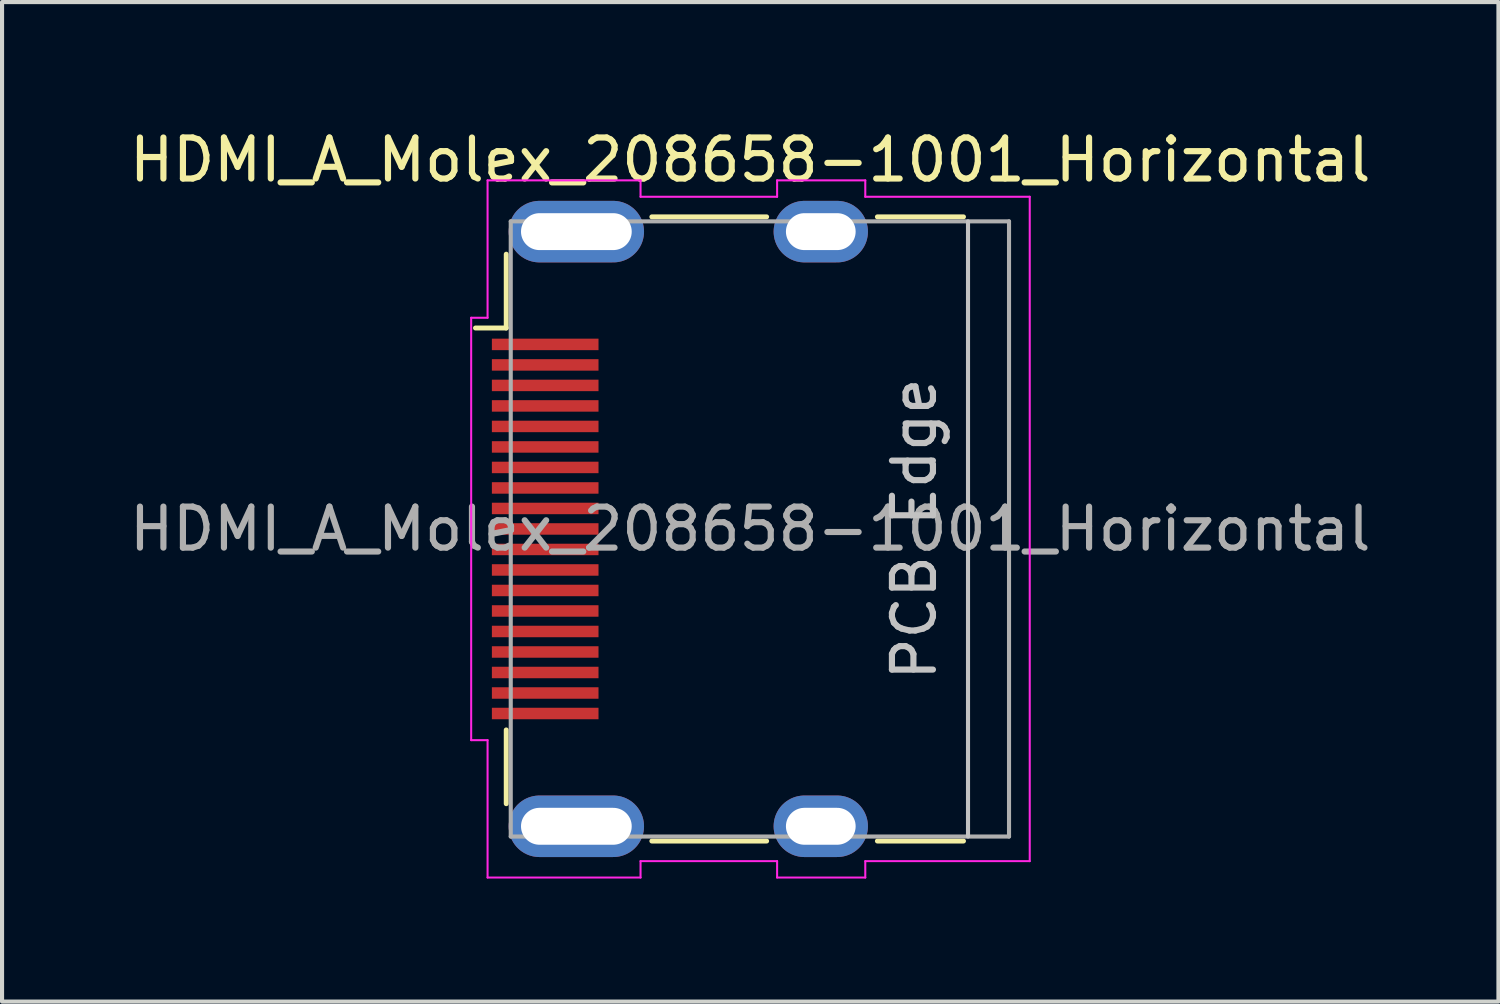
<source format=kicad_pcb>
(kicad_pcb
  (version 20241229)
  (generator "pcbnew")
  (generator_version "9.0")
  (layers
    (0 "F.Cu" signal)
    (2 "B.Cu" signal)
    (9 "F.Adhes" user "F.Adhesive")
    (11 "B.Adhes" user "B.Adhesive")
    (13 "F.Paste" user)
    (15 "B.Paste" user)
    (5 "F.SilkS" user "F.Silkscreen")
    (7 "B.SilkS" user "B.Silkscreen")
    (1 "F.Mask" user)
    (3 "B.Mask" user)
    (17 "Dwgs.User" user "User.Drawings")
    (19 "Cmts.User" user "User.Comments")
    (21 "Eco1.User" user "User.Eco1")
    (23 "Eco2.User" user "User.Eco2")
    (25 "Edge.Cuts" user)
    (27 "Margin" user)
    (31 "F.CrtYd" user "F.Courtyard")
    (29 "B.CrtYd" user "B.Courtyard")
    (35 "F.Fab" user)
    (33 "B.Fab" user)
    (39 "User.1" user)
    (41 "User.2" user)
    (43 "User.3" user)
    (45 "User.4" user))
  (footprint "HDMI_A_Molex_208658-1001_Horizontal"
    (layer "F.Cu")
    (at 13.529 9.848)
    (property "Reference" "HDMI_A_Molex_208658-1001_Horizontal" (at 1.715 -9 0) (layer "F.SilkS") (effects (font (size 1 1) (thickness 0.15))))
    (attr smd)
    (fp_line (start -4.985 -4.9) (end -4.235 -4.9) (stroke (width 0.12) (type solid)) (layer "F.SilkS"))
    (fp_line (start -4.235 -4.9) (end -4.235 -6.7) (stroke (width 0.12) (type solid)) (layer "F.SilkS"))
    (fp_line (start -4.235 6.7) (end -4.235 4.9) (stroke (width 0.12) (type solid)) (layer "F.SilkS"))
    (fp_line (start -0.685 -7.61) (end 2.115 -7.61) (stroke (width 0.12) (type solid)) (layer "F.SilkS"))
    (fp_line (start -0.685 7.61) (end 2.115 7.61) (stroke (width 0.12) (type solid)) (layer "F.SilkS"))
    (fp_line (start 4.815 -7.61) (end 6.915 -7.61) (stroke (width 0.12) (type solid)) (layer "F.SilkS"))
    (fp_line (start 4.815 7.61) (end 6.915 7.61) (stroke (width 0.12) (type solid)) (layer "F.SilkS"))
    (fp_line (start 7.025 -7.5) (end 7.025 7.5) (stroke (width 0.1) (type solid)) (layer "Dwgs.User"))
    (fp_line (start -5.09 5.15) (end -5.09 -5.15) (stroke (width 0.05) (type solid)) (layer "F.CrtYd"))
    (fp_line (start -4.69 -5.15) (end -5.09 -5.15) (stroke (width 0.05) (type solid)) (layer "F.CrtYd"))
    (fp_line (start -4.69 -5.15) (end -4.69 -8.5) (stroke (width 0.05) (type solid)) (layer "F.CrtYd"))
    (fp_line (start -4.69 5.15) (end -5.09 5.15) (stroke (width 0.05) (type solid)) (layer "F.CrtYd"))
    (fp_line (start -4.69 8.5) (end -4.69 5.15) (stroke (width 0.05) (type solid)) (layer "F.CrtYd"))
    (fp_line (start -0.96 -8.5) (end -4.69 -8.5) (stroke (width 0.05) (type solid)) (layer "F.CrtYd"))
    (fp_line (start -0.96 -8.1) (end -0.96 -8.5) (stroke (width 0.05) (type solid)) (layer "F.CrtYd"))
    (fp_line (start -0.96 8.5) (end -4.69 8.5) (stroke (width 0.05) (type solid)) (layer "F.CrtYd"))
    (fp_line (start -0.96 8.5) (end -0.96 8.1) (stroke (width 0.05) (type solid)) (layer "F.CrtYd"))
    (fp_line (start 2.37 -8.1) (end -0.96 -8.1) (stroke (width 0.05) (type solid)) (layer "F.CrtYd"))
    (fp_line (start 2.37 -8.1) (end 2.37 -8.5) (stroke (width 0.05) (type solid)) (layer "F.CrtYd"))
    (fp_line (start 2.37 8.1) (end -0.96 8.1) (stroke (width 0.05) (type solid)) (layer "F.CrtYd"))
    (fp_line (start 2.37 8.5) (end 2.37 8.1) (stroke (width 0.05) (type solid)) (layer "F.CrtYd"))
    (fp_line (start 4.52 -8.5) (end 2.37 -8.5) (stroke (width 0.05) (type solid)) (layer "F.CrtYd"))
    (fp_line (start 4.52 -8.1) (end 4.52 -8.5) (stroke (width 0.05) (type solid)) (layer "F.CrtYd"))
    (fp_line (start 4.52 8.5) (end 2.37 8.5) (stroke (width 0.05) (type solid)) (layer "F.CrtYd"))
    (fp_line (start 4.52 8.5) (end 4.52 8.1) (stroke (width 0.05) (type solid)) (layer "F.CrtYd"))
    (fp_line (start 8.53 -8.1) (end 4.52 -8.1) (stroke (width 0.05) (type solid)) (layer "F.CrtYd"))
    (fp_line (start 8.53 8.1) (end 4.52 8.1) (stroke (width 0.05) (type solid)) (layer "F.CrtYd"))
    (fp_line (start 8.53 8.1) (end 8.53 -8.1) (stroke (width 0.05) (type solid)) (layer "F.CrtYd"))
    (fp_line (start -4.125 -7.5) (end -4.125 7.5) (stroke (width 0.1) (type solid)) (layer "F.Fab"))
    (fp_line (start -4.125 -7.5) (end 8.025 -7.5) (stroke (width 0.1) (type solid)) (layer "F.Fab"))
    (fp_line (start -4.125 7.5) (end 8.025 7.5) (stroke (width 0.1) (type solid)) (layer "F.Fab"))
    (fp_line (start 8.025 -7.5) (end 8.025 7.5) (stroke (width 0.1) (type solid)) (layer "F.Fab"))
    (fp_text user "PCB Edge" (at 5.715 0 90) (layer "Dwgs.User") (effects (font (size 1 1) (thickness 0.15))))
    (fp_text user "${REFERENCE}" (at 1.715 0 0) (layer "F.Fab") (effects (font (size 1 1) (thickness 0.15))))
    (pad "1" smd rect (at -3.285 -4.5) (size 2.6 0.28) (layers "F.Cu" "F.Mask" "F.Paste"))
    (pad "2" smd rect (at -3.285 -4) (size 2.6 0.28) (layers "F.Cu" "F.Mask" "F.Paste"))
    (pad "3" smd rect (at -3.285 -3.5) (size 2.6 0.28) (layers "F.Cu" "F.Mask" "F.Paste"))
    (pad "4" smd rect (at -3.285 -3) (size 2.6 0.28) (layers "F.Cu" "F.Mask" "F.Paste"))
    (pad "5" smd rect (at -3.285 -2.5) (size 2.6 0.28) (layers "F.Cu" "F.Mask" "F.Paste"))
    (pad "6" smd rect (at -3.285 -2) (size 2.6 0.28) (layers "F.Cu" "F.Mask" "F.Paste"))
    (pad "7" smd rect (at -3.285 -1.5) (size 2.6 0.28) (layers "F.Cu" "F.Mask" "F.Paste"))
    (pad "8" smd rect (at -3.285 -1) (size 2.6 0.28) (layers "F.Cu" "F.Mask" "F.Paste"))
    (pad "9" smd rect (at -3.285 -0.5) (size 2.6 0.28) (layers "F.Cu" "F.Mask" "F.Paste"))
    (pad "10" smd rect (at -3.285 0) (size 2.6 0.28) (layers "F.Cu" "F.Mask" "F.Paste"))
    (pad "11" smd rect (at -3.285 0.5) (size 2.6 0.28) (layers "F.Cu" "F.Mask" "F.Paste"))
    (pad "12" smd rect (at -3.285 1) (size 2.6 0.28) (layers "F.Cu" "F.Mask" "F.Paste"))
    (pad "13" smd rect (at -3.285 1.5) (size 2.6 0.28) (layers "F.Cu" "F.Mask" "F.Paste"))
    (pad "14" smd rect (at -3.285 2) (size 2.6 0.28) (layers "F.Cu" "F.Mask" "F.Paste"))
    (pad "15" smd rect (at -3.285 2.5) (size 2.6 0.28) (layers "F.Cu" "F.Mask" "F.Paste"))
    (pad "16" smd rect (at -3.285 3) (size 2.6 0.28) (layers "F.Cu" "F.Mask" "F.Paste"))
    (pad "17" smd rect (at -3.285 3.5) (size 2.6 0.28) (layers "F.Cu" "F.Mask" "F.Paste"))
    (pad "18" smd rect (at -3.285 4) (size 2.6 0.28) (layers "F.Cu" "F.Mask" "F.Paste"))
    (pad "19" smd rect (at -3.285 4.5) (size 2.6 0.28) (layers "F.Cu" "F.Mask" "F.Paste"))
    (pad "SH" thru_hole oval (at -2.525 -7.25) (size 3.3 1.5) (drill oval 2.7 0.9) (layers "*.Cu" "*.Mask"))
    (pad "SH" thru_hole oval (at -2.525 7.25) (size 3.3 1.5) (drill oval 2.7 0.9) (layers "*.Cu" "*.Mask"))
    (pad "SH" thru_hole oval (at 3.435 -7.25) (size 2.3 1.5) (drill oval 1.7 0.9) (layers "*.Cu" "*.Mask"))
    (pad "SH" thru_hole oval (at 3.435 7.25) (size 2.3 1.5) (drill oval 1.7 0.9) (layers "*.Cu" "*.Mask")))
  (gr_rect
    (start -3 -3)
    (end 33.488 21.373)
    (stroke (width 0.1) (type default))
    (fill no)
    (layer "Edge.Cuts")))
</source>
